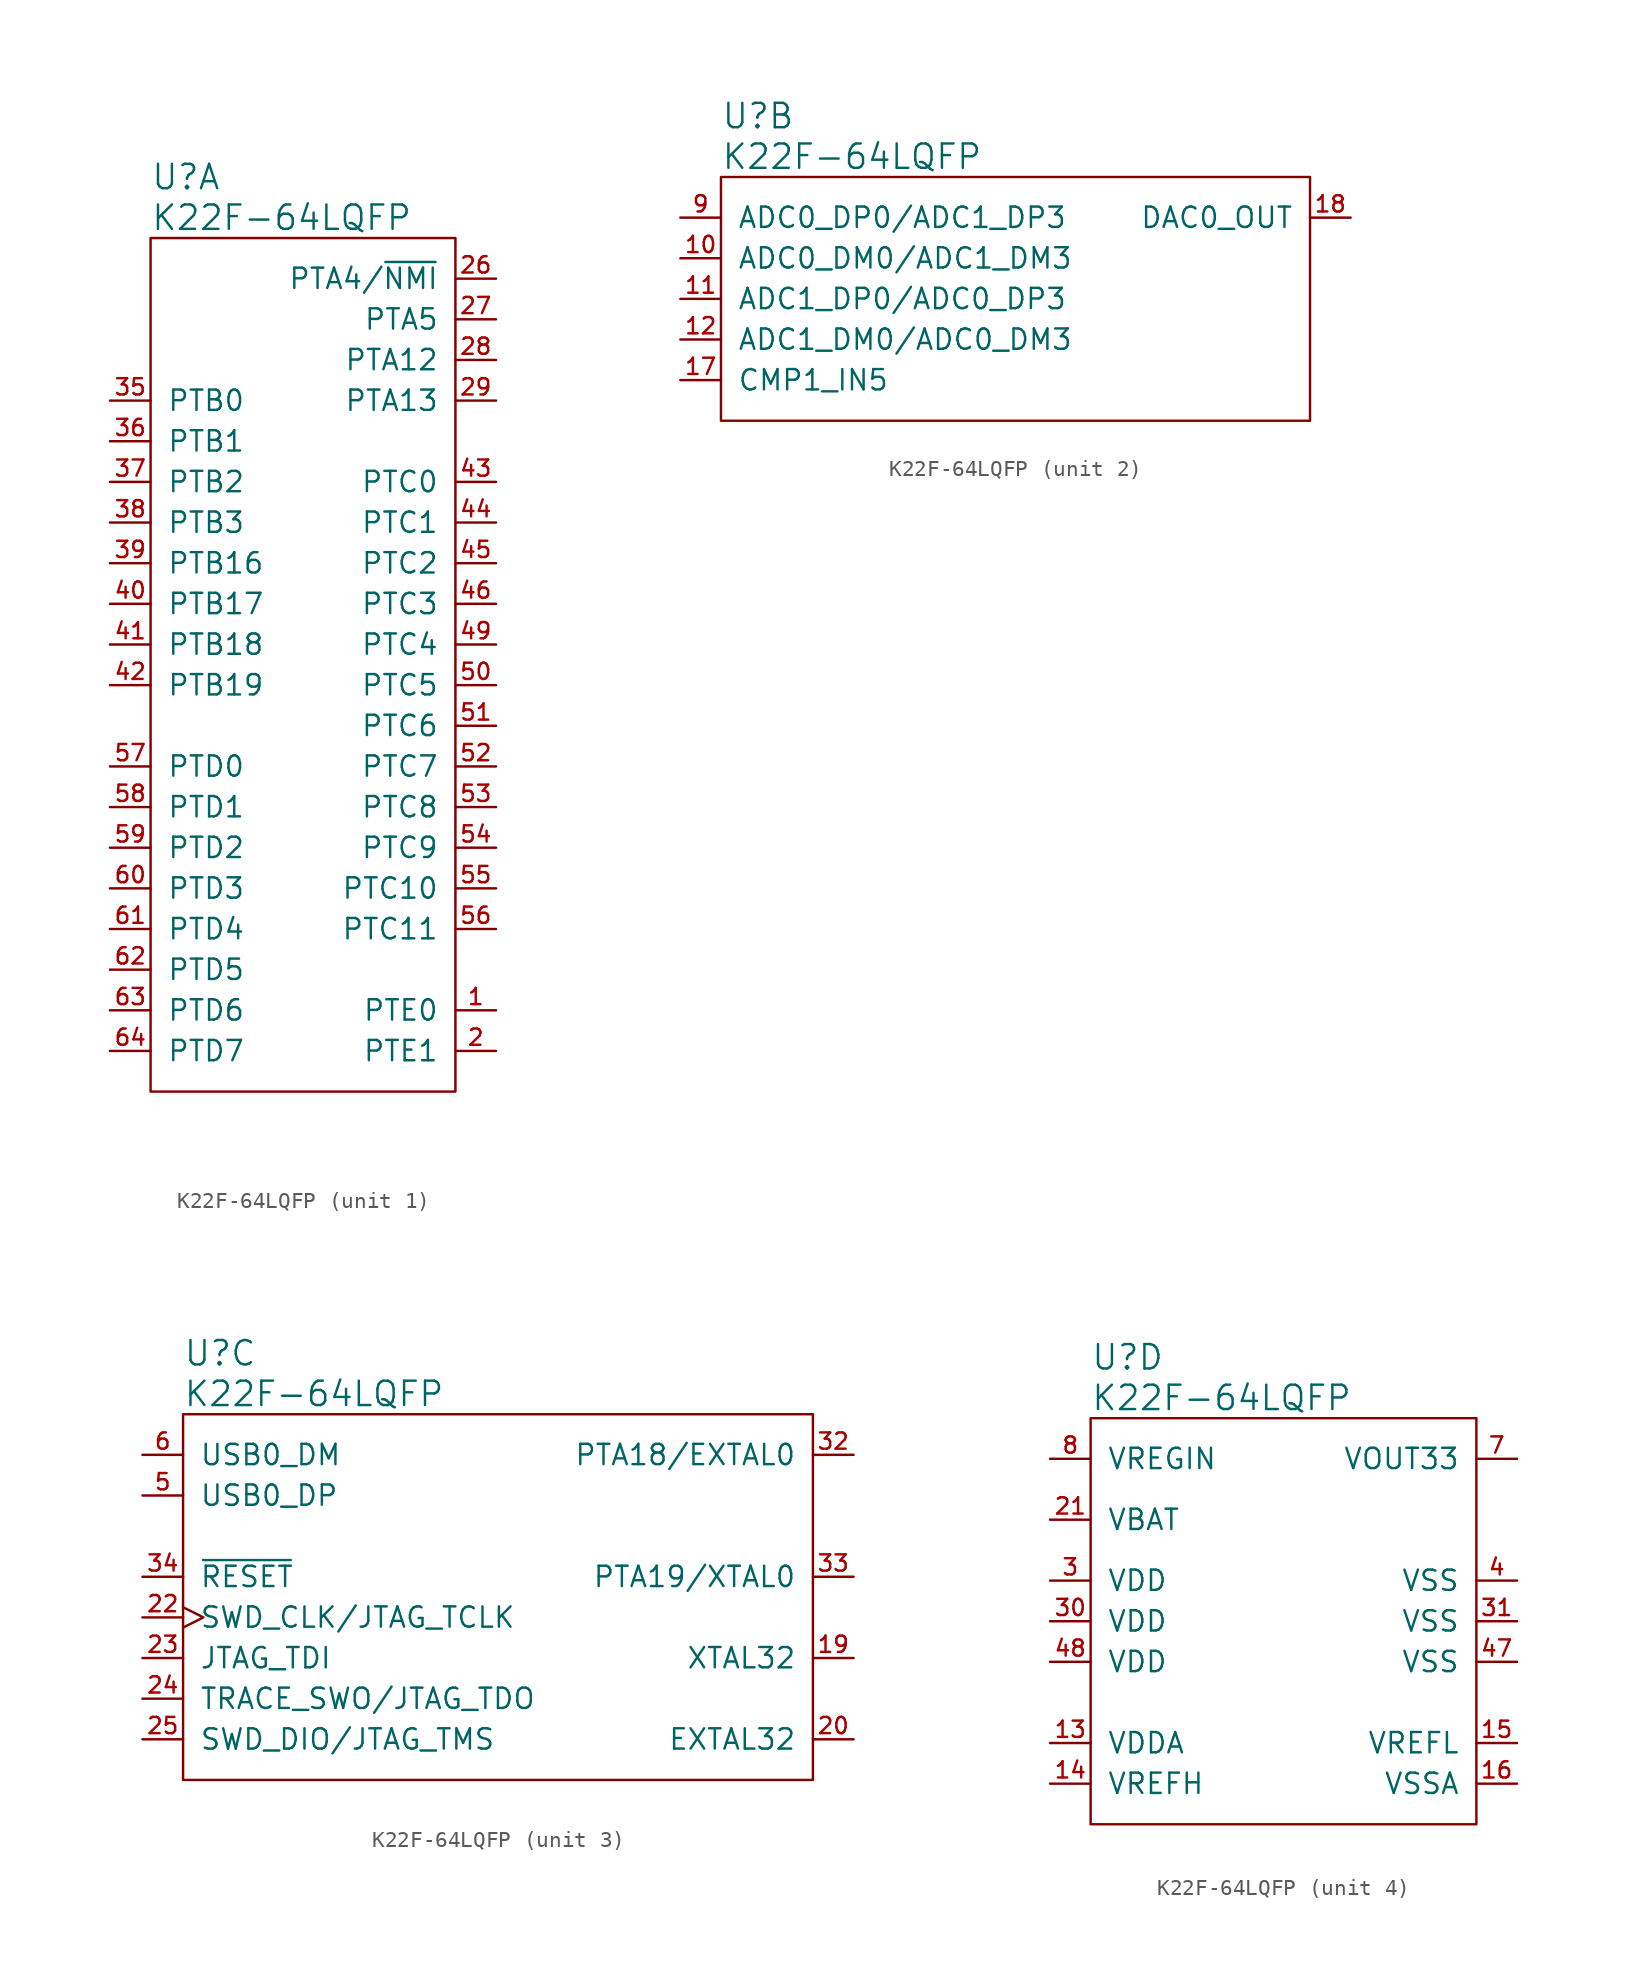
<source format=kicad_sym>
(kicad_symbol_lib
  (version 20211014)
  (generator kicad_symbol_editor)
  (symbol "K22F-64LQFP"
    (pin_names
      (offset 1.016))
    (property "Reference" "U"
      (at 0 3.81 0)
      (effects (font (size 1.524 1.524)) (justify left)))
    (property "Value" "K22F-64LQFP"
      (at 0 1.27 0)
      (effects (font (size 1.524 1.524)) (justify left)))
    (property "ki_locked" ""
      (at 0 0 0)
      (effects (font (size 1.27 1.27))))
    (symbol "K22F-64LQFP_1_1"
      (rectangle (start 0 -53.34) (end 19.05 0) (stroke (width 0) (type default) (color 0 0 0 0)) (fill (type none)))
      (pin tri_state line (at 21.59 -48.26 180) (length 2.54) (name "PTE0" (effects (font (size 1.27 1.27)))) (number "1" (effects (font (size 1.016 1.016)))))
      (pin tri_state line (at 21.59 -50.8 180) (length 2.54) (name "PTE1" (effects (font (size 1.27 1.27)))) (number "2" (effects (font (size 1.016 1.016)))))
      (pin tri_state line (at 21.59 -2.54 180) (length 2.54) (name "PTA4/~{NMI}" (effects (font (size 1.27 1.27)))) (number "26" (effects (font (size 1.016 1.016)))))
      (pin tri_state line (at 21.59 -5.08 180) (length 2.54) (name "PTA5" (effects (font (size 1.27 1.27)))) (number "27" (effects (font (size 1.016 1.016)))))
      (pin tri_state line (at 21.59 -7.62 180) (length 2.54) (name "PTA12" (effects (font (size 1.27 1.27)))) (number "28" (effects (font (size 1.016 1.016)))))
      (pin tri_state line (at 21.59 -10.16 180) (length 2.54) (name "PTA13" (effects (font (size 1.27 1.27)))) (number "29" (effects (font (size 1.016 1.016)))))
      (pin tri_state line (at -2.54 -10.16 0) (length 2.54) (name "PTB0" (effects (font (size 1.27 1.27)))) (number "35" (effects (font (size 1.016 1.016)))))
      (pin tri_state line (at -2.54 -12.7 0) (length 2.54) (name "PTB1" (effects (font (size 1.27 1.27)))) (number "36" (effects (font (size 1.016 1.016)))))
      (pin tri_state line (at -2.54 -15.24 0) (length 2.54) (name "PTB2" (effects (font (size 1.27 1.27)))) (number "37" (effects (font (size 1.016 1.016)))))
      (pin tri_state line (at -2.54 -17.78 0) (length 2.54) (name "PTB3" (effects (font (size 1.27 1.27)))) (number "38" (effects (font (size 1.016 1.016)))))
      (pin tri_state line (at -2.54 -20.32 0) (length 2.54) (name "PTB16" (effects (font (size 1.27 1.27)))) (number "39" (effects (font (size 1.016 1.016)))))
      (pin tri_state line (at -2.54 -22.86 0) (length 2.54) (name "PTB17" (effects (font (size 1.27 1.27)))) (number "40" (effects (font (size 1.016 1.016)))))
      (pin tri_state line (at -2.54 -25.4 0) (length 2.54) (name "PTB18" (effects (font (size 1.27 1.27)))) (number "41" (effects (font (size 1.016 1.016)))))
      (pin tri_state line (at -2.54 -27.94 0) (length 2.54) (name "PTB19" (effects (font (size 1.27 1.27)))) (number "42" (effects (font (size 1.016 1.016)))))
      (pin tri_state line (at 21.59 -15.24 180) (length 2.54) (name "PTC0" (effects (font (size 1.27 1.27)))) (number "43" (effects (font (size 1.016 1.016)))))
      (pin tri_state line (at 21.59 -17.78 180) (length 2.54) (name "PTC1" (effects (font (size 1.27 1.27)))) (number "44" (effects (font (size 1.016 1.016)))))
      (pin tri_state line (at 21.59 -20.32 180) (length 2.54) (name "PTC2" (effects (font (size 1.27 1.27)))) (number "45" (effects (font (size 1.016 1.016)))))
      (pin tri_state line (at 21.59 -22.86 180) (length 2.54) (name "PTC3" (effects (font (size 1.27 1.27)))) (number "46" (effects (font (size 1.016 1.016)))))
      (pin tri_state line (at 21.59 -25.4 180) (length 2.54) (name "PTC4" (effects (font (size 1.27 1.27)))) (number "49" (effects (font (size 1.016 1.016)))))
      (pin tri_state line (at 21.59 -27.94 180) (length 2.54) (name "PTC5" (effects (font (size 1.27 1.27)))) (number "50" (effects (font (size 1.016 1.016)))))
      (pin tri_state line (at 21.59 -30.48 180) (length 2.54) (name "PTC6" (effects (font (size 1.27 1.27)))) (number "51" (effects (font (size 1.016 1.016)))))
      (pin tri_state line (at 21.59 -33.02 180) (length 2.54) (name "PTC7" (effects (font (size 1.27 1.27)))) (number "52" (effects (font (size 1.016 1.016)))))
      (pin tri_state line (at 21.59 -35.56 180) (length 2.54) (name "PTC8" (effects (font (size 1.27 1.27)))) (number "53" (effects (font (size 1.016 1.016)))))
      (pin tri_state line (at 21.59 -38.1 180) (length 2.54) (name "PTC9" (effects (font (size 1.27 1.27)))) (number "54" (effects (font (size 1.016 1.016)))))
      (pin tri_state line (at 21.59 -40.64 180) (length 2.54) (name "PTC10" (effects (font (size 1.27 1.27)))) (number "55" (effects (font (size 1.016 1.016)))))
      (pin tri_state line (at 21.59 -43.18 180) (length 2.54) (name "PTC11" (effects (font (size 1.27 1.27)))) (number "56" (effects (font (size 1.016 1.016)))))
      (pin tri_state line (at -2.54 -33.02 0) (length 2.54) (name "PTD0" (effects (font (size 1.27 1.27)))) (number "57" (effects (font (size 1.016 1.016)))))
      (pin tri_state line (at -2.54 -35.56 0) (length 2.54) (name "PTD1" (effects (font (size 1.27 1.27)))) (number "58" (effects (font (size 1.016 1.016)))))
      (pin tri_state line (at -2.54 -38.1 0) (length 2.54) (name "PTD2" (effects (font (size 1.27 1.27)))) (number "59" (effects (font (size 1.016 1.016)))))
      (pin tri_state line (at -2.54 -40.64 0) (length 2.54) (name "PTD3" (effects (font (size 1.27 1.27)))) (number "60" (effects (font (size 1.016 1.016)))))
      (pin tri_state line (at -2.54 -43.18 0) (length 2.54) (name "PTD4" (effects (font (size 1.27 1.27)))) (number "61" (effects (font (size 1.016 1.016)))))
      (pin tri_state line (at -2.54 -45.72 0) (length 2.54) (name "PTD5" (effects (font (size 1.27 1.27)))) (number "62" (effects (font (size 1.016 1.016)))))
      (pin tri_state line (at -2.54 -48.26 0) (length 2.54) (name "PTD6" (effects (font (size 1.27 1.27)))) (number "63" (effects (font (size 1.016 1.016)))))
      (pin tri_state line (at -2.54 -50.8 0) (length 2.54) (name "PTD7" (effects (font (size 1.27 1.27)))) (number "64" (effects (font (size 1.016 1.016))))))
    (symbol "K22F-64LQFP_2_1"
      (rectangle (start 0 0) (end 36.83 -15.24) (stroke (width 0) (type default) (color 0 0 0 0)) (fill (type none)))
      (pin passive line (at -2.54 -5.08 0) (length 2.54) (name "ADC0_DM0/ADC1_DM3" (effects (font (size 1.27 1.27)))) (number "10" (effects (font (size 1.016 1.016)))))
      (pin passive line (at -2.54 -7.62 0) (length 2.54) (name "ADC1_DP0/ADC0_DP3" (effects (font (size 1.27 1.27)))) (number "11" (effects (font (size 1.016 1.016)))))
      (pin passive line (at -2.54 -10.16 0) (length 2.54) (name "ADC1_DM0/ADC0_DM3" (effects (font (size 1.27 1.27)))) (number "12" (effects (font (size 1.016 1.016)))))
      (pin passive line (at -2.54 -12.7 0) (length 2.54) (name "CMP1_IN5" (effects (font (size 1.27 1.27)))) (number "17" (effects (font (size 1.016 1.016)))))
      (pin passive line (at 39.37 -2.54 180) (length 2.54) (name "DAC0_OUT" (effects (font (size 1.27 1.27)))) (number "18" (effects (font (size 1.016 1.016)))))
      (pin passive line (at -2.54 -2.54 0) (length 2.54) (name "ADC0_DP0/ADC1_DP3" (effects (font (size 1.27 1.27)))) (number "9" (effects (font (size 1.016 1.016))))))
    (symbol "K22F-64LQFP_3_1"
      (rectangle (start 0 0) (end 39.37 -22.86) (stroke (width 0) (type default) (color 0 0 0 0)) (fill (type none)))
      (pin passive line (at 41.91 -15.24 180) (length 2.54) (name "XTAL32" (effects (font (size 1.27 1.27)))) (number "19" (effects (font (size 1.016 1.016)))))
      (pin passive line (at 41.91 -20.32 180) (length 2.54) (name "EXTAL32" (effects (font (size 1.27 1.27)))) (number "20" (effects (font (size 1.016 1.016)))))
      (pin input clock (at -2.54 -12.7 0) (length 2.54) (name "SWD_CLK/JTAG_TCLK" (effects (font (size 1.27 1.27)))) (number "22" (effects (font (size 1.016 1.016)))))
      (pin input line (at -2.54 -15.24 0) (length 2.54) (name "JTAG_TDI" (effects (font (size 1.27 1.27)))) (number "23" (effects (font (size 1.016 1.016)))))
      (pin output line (at -2.54 -17.78 0) (length 2.54) (name "TRACE_SWO/JTAG_TDO" (effects (font (size 1.27 1.27)))) (number "24" (effects (font (size 1.016 1.016)))))
      (pin tri_state line (at -2.54 -20.32 0) (length 2.54) (name "SWD_DIO/JTAG_TMS" (effects (font (size 1.27 1.27)))) (number "25" (effects (font (size 1.016 1.016)))))
      (pin passive line (at 41.91 -2.54 180) (length 2.54) (name "PTA18/EXTAL0" (effects (font (size 1.27 1.27)))) (number "32" (effects (font (size 1.016 1.016)))))
      (pin passive line (at 41.91 -10.16 180) (length 2.54) (name "PTA19/XTAL0" (effects (font (size 1.27 1.27)))) (number "33" (effects (font (size 1.016 1.016)))))
      (pin open_collector line (at -2.54 -10.16 0) (length 2.54) (name "~{RESET}" (effects (font (size 1.27 1.27)))) (number "34" (effects (font (size 1.016 1.016)))))
      (pin bidirectional line (at -2.54 -5.08 0) (length 2.54) (name "USB0_DP" (effects (font (size 1.27 1.27)))) (number "5" (effects (font (size 1.016 1.016)))))
      (pin bidirectional line (at -2.54 -2.54 0) (length 2.54) (name "USB0_DM" (effects (font (size 1.27 1.27)))) (number "6" (effects (font (size 1.016 1.016))))))
    (symbol "K22F-64LQFP_4_1"
      (rectangle (start 0 0) (end 24.13 -25.4) (stroke (width 0) (type default) (color 0 0 0 0)) (fill (type none)))
      (pin power_in line (at -2.54 -20.32 0) (length 2.54) (name "VDDA" (effects (font (size 1.27 1.27)))) (number "13" (effects (font (size 1.016 1.016)))))
      (pin power_in line (at -2.54 -22.86 0) (length 2.54) (name "VREFH" (effects (font (size 1.27 1.27)))) (number "14" (effects (font (size 1.016 1.016)))))
      (pin power_in line (at 26.67 -20.32 180) (length 2.54) (name "VREFL" (effects (font (size 1.27 1.27)))) (number "15" (effects (font (size 1.016 1.016)))))
      (pin power_in line (at 26.67 -22.86 180) (length 2.54) (name "VSSA" (effects (font (size 1.27 1.27)))) (number "16" (effects (font (size 1.016 1.016)))))
      (pin power_in line (at -2.54 -6.35 0) (length 2.54) (name "VBAT" (effects (font (size 1.27 1.27)))) (number "21" (effects (font (size 1.016 1.016)))))
      (pin power_in line (at -2.54 -10.16 0) (length 2.54) (name "VDD" (effects (font (size 1.27 1.27)))) (number "3" (effects (font (size 1.016 1.016)))))
      (pin power_in line (at -2.54 -12.7 0) (length 2.54) (name "VDD" (effects (font (size 1.27 1.27)))) (number "30" (effects (font (size 1.016 1.016)))))
      (pin power_in line (at 26.67 -12.7 180) (length 2.54) (name "VSS" (effects (font (size 1.27 1.27)))) (number "31" (effects (font (size 1.016 1.016)))))
      (pin power_in line (at 26.67 -10.16 180) (length 2.54) (name "VSS" (effects (font (size 1.27 1.27)))) (number "4" (effects (font (size 1.016 1.016)))))
      (pin power_in line (at 26.67 -15.24 180) (length 2.54) (name "VSS" (effects (font (size 1.27 1.27)))) (number "47" (effects (font (size 1.016 1.016)))))
      (pin power_in line (at -2.54 -15.24 0) (length 2.54) (name "VDD" (effects (font (size 1.27 1.27)))) (number "48" (effects (font (size 1.016 1.016)))))
      (pin power_out line (at 26.67 -2.54 180) (length 2.54) (name "VOUT33" (effects (font (size 1.27 1.27)))) (number "7" (effects (font (size 1.016 1.016)))))
      (pin power_in line (at -2.54 -2.54 0) (length 2.54) (name "VREGIN" (effects (font (size 1.27 1.27)))) (number "8" (effects (font (size 1.016 1.016))))))))
</source>
